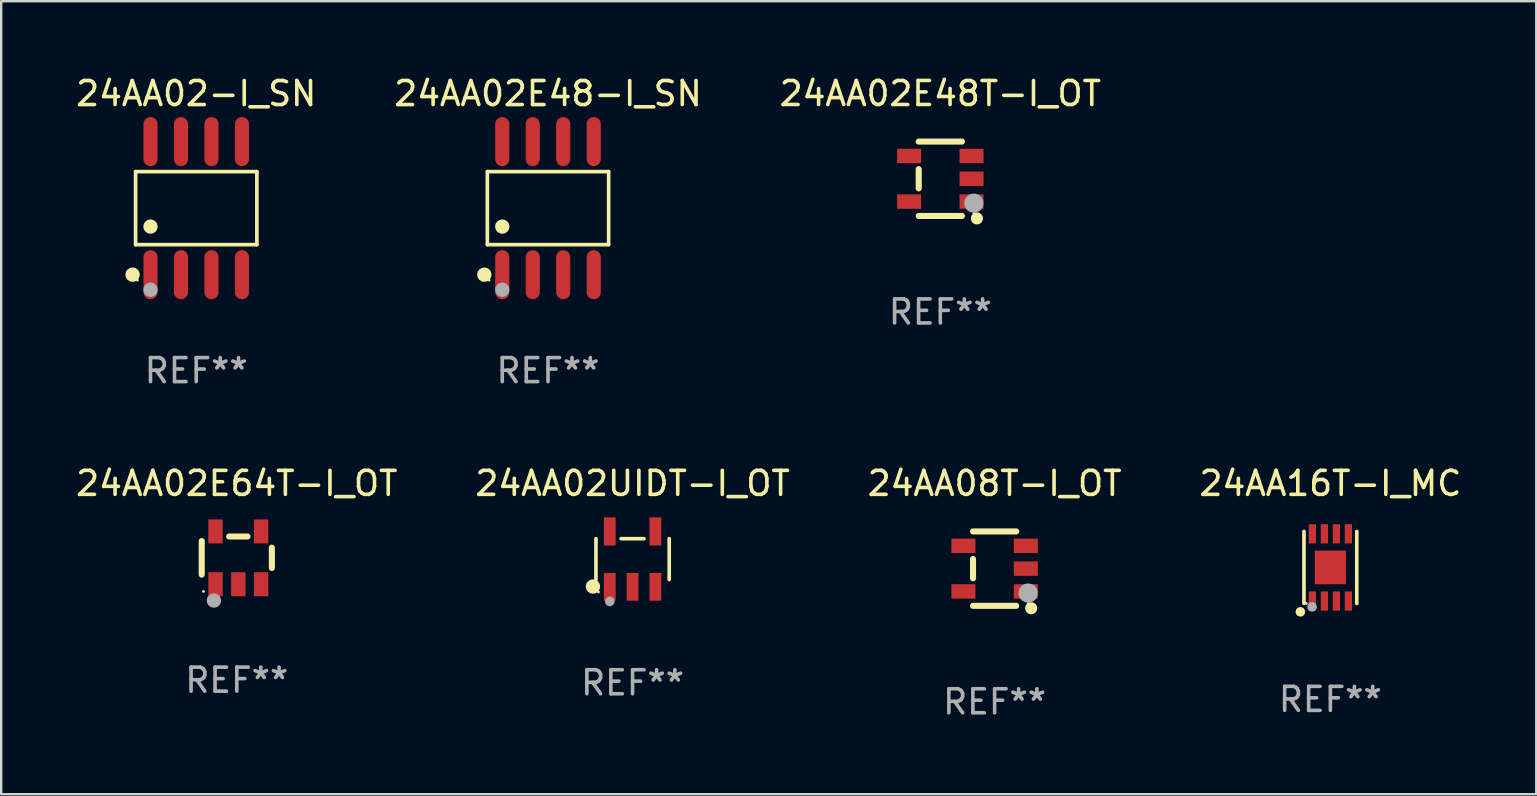
<source format=kicad_pcb>
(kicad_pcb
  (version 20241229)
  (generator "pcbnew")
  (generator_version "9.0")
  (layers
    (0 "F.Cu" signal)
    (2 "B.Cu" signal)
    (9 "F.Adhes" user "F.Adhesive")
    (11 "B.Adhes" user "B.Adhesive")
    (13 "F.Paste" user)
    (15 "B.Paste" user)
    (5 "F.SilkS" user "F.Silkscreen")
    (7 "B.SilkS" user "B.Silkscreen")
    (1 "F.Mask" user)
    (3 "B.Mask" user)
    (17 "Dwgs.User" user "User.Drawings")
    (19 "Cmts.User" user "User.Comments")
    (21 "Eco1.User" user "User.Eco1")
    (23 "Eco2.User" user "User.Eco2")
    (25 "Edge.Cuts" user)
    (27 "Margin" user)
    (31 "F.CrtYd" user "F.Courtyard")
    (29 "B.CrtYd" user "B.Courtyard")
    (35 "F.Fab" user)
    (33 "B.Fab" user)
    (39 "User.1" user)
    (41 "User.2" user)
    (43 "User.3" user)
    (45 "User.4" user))
  (footprint "24AA02E48-I_SN"
    (layer "F.Cu")
    (at 19.78 5.621)
    (property "Reference" "24AA02E48-I_SN" (at 0 -4.772 0) (layer "F.SilkS") (effects (font (size 1 1) (thickness 0.15))))
    (attr through_hole)
    (fp_line (start -2.526 -1.521) (end 2.526 -1.521) (stroke (width 0.152) (type solid)) (layer "F.SilkS"))
    (fp_line (start -2.526 1.521) (end -2.526 -1.521) (stroke (width 0.152) (type solid)) (layer "F.SilkS"))
    (fp_line (start 2.526 -1.521) (end 2.526 1.521) (stroke (width 0.152) (type solid)) (layer "F.SilkS"))
    (fp_line (start 2.526 1.521) (end -2.526 1.521) (stroke (width 0.152) (type solid)) (layer "F.SilkS"))
    (fp_circle (center -2.652 2.772) (end -2.501 2.772) (stroke (width 0.3) (type solid)) (fill no) (layer "F.SilkS"))
    (fp_circle (center -2.45 3) (end -2.42 3) (stroke (width 0.06) (type solid)) (fill no) (layer "F.SilkS"))
    (fp_circle (center -1.905 0.769) (end -1.755 0.769) (stroke (width 0.3) (type solid)) (fill no) (layer "F.SilkS"))
    (fp_circle (center -1.905 3.4) (end -1.755 3.4) (stroke (width 0.3) (type solid)) (fill no) (layer "F.Fab"))
    (fp_text user "REF**" (at 0 6.772 0) (layer "F.Fab") (effects (font (size 1 1) (thickness 0.15))))
    (pad "1" smd oval (at -1.905 2.772) (size 0.588 2.045) (layers "F.Cu" "F.Mask" "F.Paste"))
    (pad "2" smd oval (at -0.635 2.772) (size 0.588 2.045) (layers "F.Cu" "F.Mask" "F.Paste"))
    (pad "3" smd oval (at 0.635 2.772) (size 0.588 2.045) (layers "F.Cu" "F.Mask" "F.Paste"))
    (pad "4" smd oval (at 1.905 2.772) (size 0.588 2.045) (layers "F.Cu" "F.Mask" "F.Paste"))
    (pad "5" smd oval (at 1.905 -2.772) (size 0.588 2.045) (layers "F.Cu" "F.Mask" "F.Paste"))
    (pad "6" smd oval (at 0.635 -2.772) (size 0.588 2.045) (layers "F.Cu" "F.Mask" "F.Paste"))
    (pad "7" smd oval (at -0.635 -2.772) (size 0.588 2.045) (layers "F.Cu" "F.Mask" "F.Paste"))
    (pad "8" smd oval (at -1.905 -2.772) (size 0.588 2.045) (layers "F.Cu" "F.Mask" "F.Paste")))
  (footprint "24AA02E48T-I_OT"
    (layer "F.Cu")
    (at 36.125 4.398)
    (property "Reference" "24AA02E48T-I_OT" (at 0 -3.55 0) (layer "F.SilkS") (effects (font (size 1 1) (thickness 0.15))))
    (attr through_hole)
    (fp_line (start -0.9 -1.55) (end 0.9 -1.55) (stroke (width 0.254) (type solid)) (layer "F.SilkS"))
    (fp_line (start -0.9 0.4) (end -0.9 -0.4) (stroke (width 0.254) (type solid)) (layer "F.SilkS"))
    (fp_line (start -0.9 1.55) (end 0.9 1.55) (stroke (width 0.254) (type solid)) (layer "F.SilkS"))
    (fp_circle (center 1.4 1.45) (end 1.43 1.45) (stroke (width 0.06) (type solid)) (fill no) (layer "F.SilkS"))
    (fp_circle (center 1.524 1.651) (end 1.651 1.651) (stroke (width 0.254) (type solid)) (fill no) (layer "F.SilkS"))
    (fp_circle (center 1.397 1.016) (end 1.597 1.016) (stroke (width 0.4) (type solid)) (fill no) (layer "F.Fab"))
    (fp_text user "REF**" (at 0 5.55 0) (layer "F.Fab") (effects (font (size 1 1) (thickness 0.15))))
    (pad "1" smd rect (at 1.3 0.95) (size 1 0.6) (layers "F.Cu" "F.Mask" "F.Paste"))
    (pad "2" smd rect (at 1.3 -0.000051) (size 1 0.6) (layers "F.Cu" "F.Mask" "F.Paste"))
    (pad "3" smd rect (at 1.3 -0.95) (size 1 0.6) (layers "F.Cu" "F.Mask" "F.Paste"))
    (pad "4" smd rect (at -1.3 -0.95) (size 1 0.6) (layers "F.Cu" "F.Mask" "F.Paste"))
    (pad "5" smd rect (at -1.3 0.95) (size 1 0.6) (layers "F.Cu" "F.Mask" "F.Paste")))
  (footprint "24AA08T-I_OT"
    (layer "F.Cu")
    (at 38.387 20.64)
    (property "Reference" "24AA08T-I_OT" (at 0 -3.55 0) (layer "F.SilkS") (effects (font (size 1 1) (thickness 0.15))))
    (attr through_hole)
    (fp_line (start -0.9 -1.55) (end 0.9 -1.55) (stroke (width 0.254) (type solid)) (layer "F.SilkS"))
    (fp_line (start -0.9 0.4) (end -0.9 -0.4) (stroke (width 0.254) (type solid)) (layer "F.SilkS"))
    (fp_line (start -0.9 1.55) (end 0.9 1.55) (stroke (width 0.254) (type solid)) (layer "F.SilkS"))
    (fp_circle (center 1.4 1.45) (end 1.43 1.45) (stroke (width 0.06) (type solid)) (fill no) (layer "F.SilkS"))
    (fp_circle (center 1.524 1.651) (end 1.651 1.651) (stroke (width 0.254) (type solid)) (fill no) (layer "F.SilkS"))
    (fp_circle (center 1.397 1.016) (end 1.597 1.016) (stroke (width 0.4) (type solid)) (fill no) (layer "F.Fab"))
    (fp_text user "REF**" (at 0 5.55 0) (layer "F.Fab") (effects (font (size 1 1) (thickness 0.15))))
    (pad "1" smd rect (at 1.3 0.95) (size 1 0.6) (layers "F.Cu" "F.Mask" "F.Paste"))
    (pad "2" smd rect (at 1.3 -0.000051) (size 1 0.6) (layers "F.Cu" "F.Mask" "F.Paste"))
    (pad "3" smd rect (at 1.3 -0.95) (size 1 0.6) (layers "F.Cu" "F.Mask" "F.Paste"))
    (pad "4" smd rect (at -1.3 -0.95) (size 1 0.6) (layers "F.Cu" "F.Mask" "F.Paste"))
    (pad "5" smd rect (at -1.3 0.95) (size 1 0.6) (layers "F.Cu" "F.Mask" "F.Paste")))
  (footprint "24AA02E64T-I_OT"
    (layer "F.Cu")
    (at 6.815 20.19)
    (property "Reference" "24AA02E64T-I_OT" (at 0 -3.1 0) (layer "F.SilkS") (effects (font (size 1 1) (thickness 0.15))))
    (attr through_hole)
    (fp_line (start -1.461 -0.699) (end -1.461 0.699) (stroke (width 0.254) (type solid)) (layer "F.SilkS"))
    (fp_line (start -0.318 -0.889) (end 0.445 -0.889) (stroke (width 0.254) (type solid)) (layer "F.SilkS"))
    (fp_line (start 1.461 -0.422) (end 1.461 0.422) (stroke (width 0.254) (type solid)) (layer "F.SilkS"))
    (fp_circle (center -1.387 1.4) (end -1.357 1.4) (stroke (width 0.06) (type solid)) (fill no) (layer "F.SilkS"))
    (fp_circle (center -0.953 1.778) (end -0.802 1.778) (stroke (width 0.3) (type solid)) (fill no) (layer "F.Fab"))
    (fp_text user "REF**" (at 0 5.1 0) (layer "F.Fab") (effects (font (size 1 1) (thickness 0.15))))
    (pad "1" smd rect (at -0.886 1.1) (size 0.6 1) (layers "F.Cu" "F.Mask" "F.Paste"))
    (pad "2" smd rect (at 0.064 1.1) (size 0.6 1) (layers "F.Cu" "F.Mask" "F.Paste"))
    (pad "3" smd rect (at 1.013 1.1) (size 0.6 1) (layers "F.Cu" "F.Mask" "F.Paste"))
    (pad "4" smd rect (at 1.013 -1.1) (size 0.6 1) (layers "F.Cu" "F.Mask" "F.Paste"))
    (pad "5" smd rect (at -0.886 -1.1) (size 0.6 1) (layers "F.Cu" "F.Mask" "F.Paste")))
  (footprint "24AA16T-I_MC"
    (layer "F.Cu")
    (at 52.375 20.59)
    (property "Reference" "24AA16T-I_MC" (at 0 -3.5 0) (layer "F.SilkS") (effects (font (size 1 1) (thickness 0.15))))
    (attr through_hole)
    (fp_line (start -1.1 1.5) (end -1.1 -1.5) (stroke (width 0.152) (type solid)) (layer "F.SilkS"))
    (fp_line (start 1.1 -1.5) (end 1.1 1.5) (stroke (width 0.152) (type solid)) (layer "F.SilkS"))
    (fp_circle (center -1.25 1.85) (end -1.15 1.85) (stroke (width 0.2) (type solid)) (fill no) (layer "F.SilkS"))
    (fp_circle (center -1 1.5) (end -0.97 1.5) (stroke (width 0.06) (type solid)) (fill no) (layer "F.SilkS"))
    (fp_circle (center -0.763 1.644) (end -0.663 1.644) (stroke (width 0.2) (type solid)) (fill no) (layer "F.Fab"))
    (fp_text user "REF**" (at 0 5.5 0) (layer "F.Fab") (effects (font (size 1 1) (thickness 0.15))))
    (pad "1" smd rect (at -0.75 1.4 180) (size 0.3 0.8) (layers "F.Cu" "F.Mask" "F.Paste"))
    (pad "2" smd rect (at -0.25 1.4) (size 0.3 0.8) (layers "F.Cu" "F.Mask" "F.Paste"))
    (pad "3" smd rect (at 0.25 1.4) (size 0.3 0.8) (layers "F.Cu" "F.Mask" "F.Paste"))
    (pad "4" smd rect (at 0.75 1.4) (size 0.3 0.8) (layers "F.Cu" "F.Mask" "F.Paste"))
    (pad "5" smd rect (at 0.75 -1.4) (size 0.3 0.8) (layers "F.Cu" "F.Mask" "F.Paste"))
    (pad "6" smd rect (at 0.25 -1.4) (size 0.3 0.8) (layers "F.Cu" "F.Mask" "F.Paste"))
    (pad "7" smd rect (at -0.25 -1.4) (size 0.3 0.8) (layers "F.Cu" "F.Mask" "F.Paste"))
    (pad "8" smd rect (at -0.75 -1.4) (size 0.3 0.8) (layers "F.Cu" "F.Mask" "F.Paste"))
    (pad "9" smd rect (at 0 0 180) (size 1.3 1.4) (layers "F.Cu" "F.Mask" "F.Paste")))
  (footprint "24AA02UIDT-I_OT"
    (layer "F.Cu")
    (at 23.304 20.243)
    (property "Reference" "24AA02UIDT-I_OT" (at 0 -3.154 0) (layer "F.SilkS") (effects (font (size 1 1) (thickness 0.15))))
    (attr through_hole)
    (fp_line (start -1.526 0.851) (end -1.526 -0.851) (stroke (width 0.152) (type solid)) (layer "F.SilkS"))
    (fp_line (start 0.476 -0.851) (end -0.476 -0.851) (stroke (width 0.152) (type solid)) (layer "F.SilkS"))
    (fp_line (start 1.526 0.851) (end 1.526 -0.851) (stroke (width 0.152) (type solid)) (layer "F.SilkS"))
    (fp_circle (center -1.651 1.143) (end -1.501 1.143) (stroke (width 0.3) (type solid)) (fill no) (layer "F.SilkS"))
    (fp_circle (center -1.42 1.37) (end -1.39 1.37) (stroke (width 0.06) (type solid)) (fill no) (layer "F.SilkS"))
    (fp_circle (center -0.95 1.763) (end -0.85 1.763) (stroke (width 0.2) (type solid)) (fill no) (layer "F.Fab"))
    (fp_text user "REF**" (at 0 5.154 0) (layer "F.Fab") (effects (font (size 1 1) (thickness 0.15))))
    (pad "1" smd rect (at -0.95 1.154) (size 0.49 1.157) (layers "F.Cu" "F.Mask" "F.Paste"))
    (pad "2" smd rect (at 0 1.154) (size 0.49 1.157) (layers "F.Cu" "F.Mask" "F.Paste"))
    (pad "3" smd rect (at 0.95 1.154) (size 0.49 1.157) (layers "F.Cu" "F.Mask" "F.Paste"))
    (pad "4" smd rect (at 0.95 -1.154) (size 0.49 1.175) (layers "F.Cu" "F.Mask" "F.Paste"))
    (pad "5" smd rect (at -0.95 -1.154) (size 0.49 1.175) (layers "F.Cu" "F.Mask" "F.Paste")))
  (footprint "24AA02-I_SN"
    (layer "F.Cu")
    (at 5.125 5.621)
    (property "Reference" "24AA02-I_SN" (at 0 -4.772 0) (layer "F.SilkS") (effects (font (size 1 1) (thickness 0.15))))
    (attr through_hole)
    (fp_line (start -2.526 -1.521) (end 2.526 -1.521) (stroke (width 0.152) (type solid)) (layer "F.SilkS"))
    (fp_line (start -2.526 1.521) (end -2.526 -1.521) (stroke (width 0.152) (type solid)) (layer "F.SilkS"))
    (fp_line (start 2.526 -1.521) (end 2.526 1.521) (stroke (width 0.152) (type solid)) (layer "F.SilkS"))
    (fp_line (start 2.526 1.521) (end -2.526 1.521) (stroke (width 0.152) (type solid)) (layer "F.SilkS"))
    (fp_circle (center -2.652 2.772) (end -2.501 2.772) (stroke (width 0.3) (type solid)) (fill no) (layer "F.SilkS"))
    (fp_circle (center -2.45 3) (end -2.42 3) (stroke (width 0.06) (type solid)) (fill no) (layer "F.SilkS"))
    (fp_circle (center -1.905 0.769) (end -1.755 0.769) (stroke (width 0.3) (type solid)) (fill no) (layer "F.SilkS"))
    (fp_circle (center -1.905 3.4) (end -1.755 3.4) (stroke (width 0.3) (type solid)) (fill no) (layer "F.Fab"))
    (fp_text user "REF**" (at 0 6.772 0) (layer "F.Fab") (effects (font (size 1 1) (thickness 0.15))))
    (pad "1" smd oval (at -1.905 2.772) (size 0.588 2.045) (layers "F.Cu" "F.Mask" "F.Paste"))
    (pad "2" smd oval (at -0.635 2.772) (size 0.588 2.045) (layers "F.Cu" "F.Mask" "F.Paste"))
    (pad "3" smd oval (at 0.635 2.772) (size 0.588 2.045) (layers "F.Cu" "F.Mask" "F.Paste"))
    (pad "4" smd oval (at 1.905 2.772) (size 0.588 2.045) (layers "F.Cu" "F.Mask" "F.Paste"))
    (pad "5" smd oval (at 1.905 -2.772) (size 0.588 2.045) (layers "F.Cu" "F.Mask" "F.Paste"))
    (pad "6" smd oval (at 0.635 -2.772) (size 0.588 2.045) (layers "F.Cu" "F.Mask" "F.Paste"))
    (pad "7" smd oval (at -0.635 -2.772) (size 0.588 2.045) (layers "F.Cu" "F.Mask" "F.Paste"))
    (pad "8" smd oval (at -1.905 -2.772) (size 0.588 2.045) (layers "F.Cu" "F.Mask" "F.Paste")))
  (gr_rect
    (start -3 -3)
    (end 60.952 30.038)
    (stroke (width 0.1) (type default))
    (fill no)
    (layer "Edge.Cuts")))
</source>
